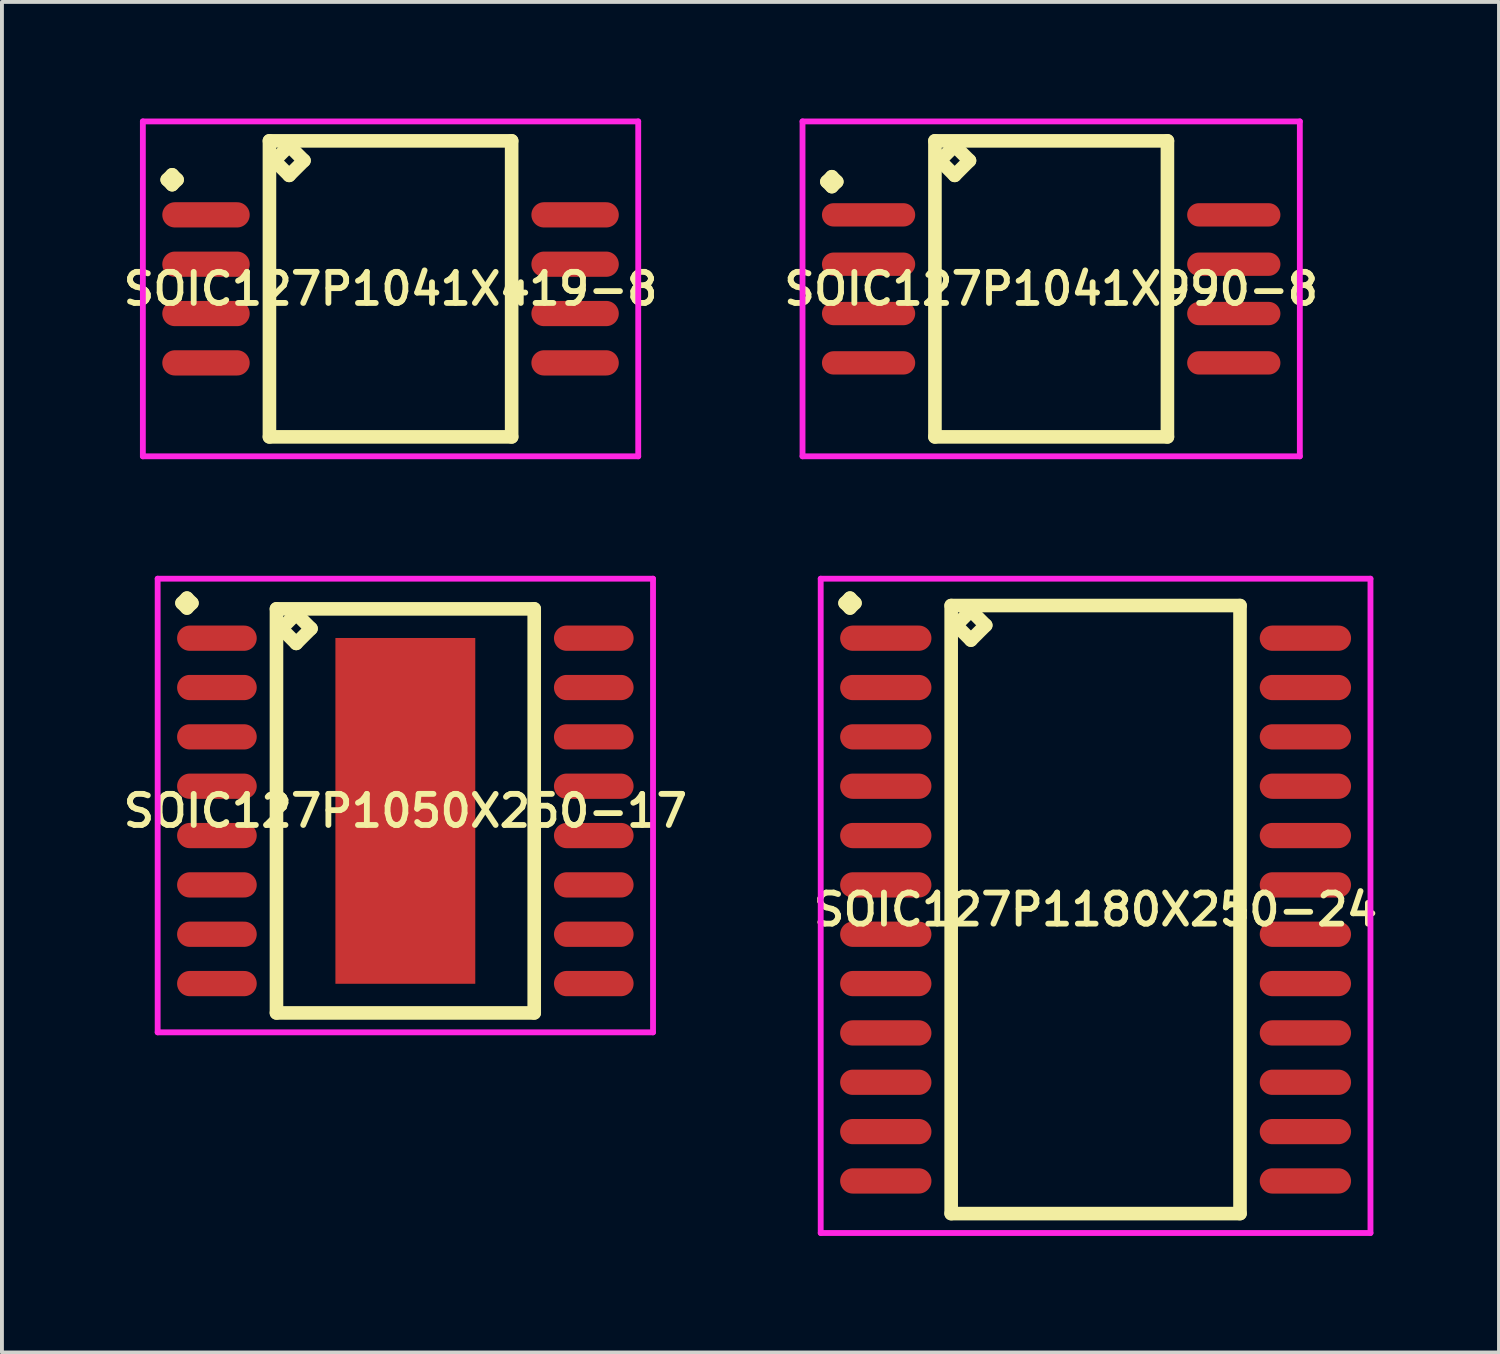
<source format=kicad_pcb>
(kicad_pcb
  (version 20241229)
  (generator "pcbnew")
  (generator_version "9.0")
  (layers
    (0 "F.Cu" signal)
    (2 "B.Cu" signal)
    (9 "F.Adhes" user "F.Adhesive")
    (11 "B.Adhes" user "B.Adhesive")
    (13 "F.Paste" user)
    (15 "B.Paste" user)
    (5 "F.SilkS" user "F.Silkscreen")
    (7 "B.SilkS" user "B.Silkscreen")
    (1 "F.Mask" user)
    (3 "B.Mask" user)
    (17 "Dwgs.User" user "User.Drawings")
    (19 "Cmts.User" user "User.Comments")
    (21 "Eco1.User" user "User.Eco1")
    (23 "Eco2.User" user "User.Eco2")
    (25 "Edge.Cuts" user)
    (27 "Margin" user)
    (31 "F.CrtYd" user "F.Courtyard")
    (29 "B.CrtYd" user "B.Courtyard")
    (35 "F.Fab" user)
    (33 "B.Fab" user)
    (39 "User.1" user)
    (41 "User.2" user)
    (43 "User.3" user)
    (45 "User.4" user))
  (footprint "SOIC127P1050X250-17"
    (layer "F.Cu")
    (at 7.383 17.821)
    (property "Reference" "SOIC127P1050X250-17" (at 0 0 0) (layer "F.SilkS") (effects (font (size 0.8 0.8) (thickness 0.15))))
    (attr smd)
    (fp_line (start -5.748 -5.349) (end -5.621 -5.476) (stroke (width 0.35) (type solid)) (layer "F.SilkS"))
    (fp_line (start -5.621 -5.476) (end -5.494 -5.349) (stroke (width 0.35) (type solid)) (layer "F.SilkS"))
    (fp_line (start -5.621 -5.222) (end -5.748 -5.349) (stroke (width 0.35) (type solid)) (layer "F.SilkS"))
    (fp_line (start -5.494 -5.349) (end -5.621 -5.222) (stroke (width 0.35) (type solid)) (layer "F.SilkS"))
    (fp_line (start -3.317 -5.2) (end -3.317 5.2) (stroke (width 0.35) (type solid)) (layer "F.SilkS"))
    (fp_line (start -3.317 5.2) (end 3.317 5.2) (stroke (width 0.35) (type solid)) (layer "F.SilkS"))
    (fp_line (start -3.19 -4.692) (end -2.809 -5.073) (stroke (width 0.35) (type solid)) (layer "F.SilkS"))
    (fp_line (start -2.809 -5.073) (end -2.428 -4.692) (stroke (width 0.35) (type solid)) (layer "F.SilkS"))
    (fp_line (start -2.809 -4.311) (end -3.19 -4.692) (stroke (width 0.35) (type solid)) (layer "F.SilkS"))
    (fp_line (start -2.428 -4.692) (end -2.809 -4.311) (stroke (width 0.35) (type solid)) (layer "F.SilkS"))
    (fp_line (start 3.317 -5.2) (end -3.317 -5.2) (stroke (width 0.35) (type solid)) (layer "F.SilkS"))
    (fp_line (start 3.317 5.2) (end 3.317 -5.2) (stroke (width 0.35) (type solid)) (layer "F.SilkS"))
    (fp_line (start -6.375 -5.976) (end 6.375 -5.976) (stroke (width 0.15) (type solid)) (layer "F.CrtYd"))
    (fp_line (start -6.375 5.7) (end -6.375 -5.976) (stroke (width 0.15) (type solid)) (layer "F.CrtYd"))
    (fp_line (start 6.375 -5.976) (end 6.375 5.7) (stroke (width 0.15) (type solid)) (layer "F.CrtYd"))
    (fp_line (start 6.375 5.7) (end -6.375 5.7) (stroke (width 0.15) (type solid)) (layer "F.CrtYd"))
    (pad "1" smd oval (at -4.85 -4.445) (size 2.05 0.65) (layers "F.Cu" "F.Mask" "F.Paste"))
    (pad "2" smd oval (at -4.85 -3.175) (size 2.05 0.65) (layers "F.Cu" "F.Mask" "F.Paste"))
    (pad "3" smd oval (at -4.85 -1.905) (size 2.05 0.65) (layers "F.Cu" "F.Mask" "F.Paste"))
    (pad "4" smd oval (at -4.85 -0.635) (size 2.05 0.65) (layers "F.Cu" "F.Mask" "F.Paste"))
    (pad "5" smd oval (at -4.85 0.635) (size 2.05 0.65) (layers "F.Cu" "F.Mask" "F.Paste"))
    (pad "6" smd oval (at -4.85 1.905) (size 2.05 0.65) (layers "F.Cu" "F.Mask" "F.Paste"))
    (pad "7" smd oval (at -4.85 3.175) (size 2.05 0.65) (layers "F.Cu" "F.Mask" "F.Paste"))
    (pad "8" smd oval (at -4.85 4.445) (size 2.05 0.65) (layers "F.Cu" "F.Mask" "F.Paste"))
    (pad "9" smd oval (at 4.85 4.445) (size 2.05 0.65) (layers "F.Cu" "F.Mask" "F.Paste"))
    (pad "10" smd oval (at 4.85 3.175) (size 2.05 0.65) (layers "F.Cu" "F.Mask" "F.Paste"))
    (pad "11" smd oval (at 4.85 1.905) (size 2.05 0.65) (layers "F.Cu" "F.Mask" "F.Paste"))
    (pad "12" smd oval (at 4.85 0.635) (size 2.05 0.65) (layers "F.Cu" "F.Mask" "F.Paste"))
    (pad "13" smd oval (at 4.85 -0.635) (size 2.05 0.65) (layers "F.Cu" "F.Mask" "F.Paste"))
    (pad "14" smd oval (at 4.85 -1.905) (size 2.05 0.65) (layers "F.Cu" "F.Mask" "F.Paste"))
    (pad "15" smd oval (at 4.85 -3.175) (size 2.05 0.65) (layers "F.Cu" "F.Mask" "F.Paste"))
    (pad "16" smd oval (at 4.85 -4.445) (size 2.05 0.65) (layers "F.Cu" "F.Mask" "F.Paste"))
    (pad "17" smd rect (at 0 0) (size 3.6 8.9) (layers "F.Cu" "F.Mask" "F.Paste")))
  (footprint "SOIC127P1041X419-8"
    (layer "F.Cu")
    (at 7.002 4.385)
    (property "Reference" "SOIC127P1041X419-8" (at 0 0 0) (layer "F.SilkS") (effects (font (size 0.8 0.8) (thickness 0.15))))
    (attr smd)
    (fp_line (start -5.748 -2.809) (end -5.621 -2.936) (stroke (width 0.35) (type solid)) (layer "F.SilkS"))
    (fp_line (start -5.621 -2.936) (end -5.494 -2.809) (stroke (width 0.35) (type solid)) (layer "F.SilkS"))
    (fp_line (start -5.621 -2.682) (end -5.748 -2.809) (stroke (width 0.35) (type solid)) (layer "F.SilkS"))
    (fp_line (start -5.494 -2.809) (end -5.621 -2.682) (stroke (width 0.35) (type solid)) (layer "F.SilkS"))
    (fp_line (start -3.117 -3.81) (end -3.117 3.81) (stroke (width 0.35) (type solid)) (layer "F.SilkS"))
    (fp_line (start -3.117 3.81) (end 3.117 3.81) (stroke (width 0.35) (type solid)) (layer "F.SilkS"))
    (fp_line (start -2.99 -3.302) (end -2.609 -3.683) (stroke (width 0.35) (type solid)) (layer "F.SilkS"))
    (fp_line (start -2.609 -3.683) (end -2.228 -3.302) (stroke (width 0.35) (type solid)) (layer "F.SilkS"))
    (fp_line (start -2.609 -2.921) (end -2.99 -3.302) (stroke (width 0.35) (type solid)) (layer "F.SilkS"))
    (fp_line (start -2.228 -3.302) (end -2.609 -2.921) (stroke (width 0.35) (type solid)) (layer "F.SilkS"))
    (fp_line (start 3.117 -3.81) (end -3.117 -3.81) (stroke (width 0.35) (type solid)) (layer "F.SilkS"))
    (fp_line (start 3.117 3.81) (end 3.117 -3.81) (stroke (width 0.35) (type solid)) (layer "F.SilkS"))
    (fp_line (start -6.375 -4.31) (end 6.375 -4.31) (stroke (width 0.15) (type solid)) (layer "F.CrtYd"))
    (fp_line (start -6.375 4.31) (end -6.375 -4.31) (stroke (width 0.15) (type solid)) (layer "F.CrtYd"))
    (fp_line (start 6.375 -4.31) (end 6.375 4.31) (stroke (width 0.15) (type solid)) (layer "F.CrtYd"))
    (fp_line (start 6.375 4.31) (end -6.375 4.31) (stroke (width 0.15) (type solid)) (layer "F.CrtYd"))
    (pad "1" smd oval (at -4.75 -1.905) (size 2.25 0.65) (layers "F.Cu" "F.Mask" "F.Paste"))
    (pad "2" smd oval (at -4.75 -0.635) (size 2.25 0.65) (layers "F.Cu" "F.Mask" "F.Paste"))
    (pad "3" smd oval (at -4.75 0.635) (size 2.25 0.65) (layers "F.Cu" "F.Mask" "F.Paste"))
    (pad "4" smd oval (at -4.75 1.905) (size 2.25 0.65) (layers "F.Cu" "F.Mask" "F.Paste"))
    (pad "5" smd oval (at 4.75 1.905) (size 2.25 0.65) (layers "F.Cu" "F.Mask" "F.Paste"))
    (pad "6" smd oval (at 4.75 0.635) (size 2.25 0.65) (layers "F.Cu" "F.Mask" "F.Paste"))
    (pad "7" smd oval (at 4.75 -0.635) (size 2.25 0.65) (layers "F.Cu" "F.Mask" "F.Paste"))
    (pad "8" smd oval (at 4.75 -1.905) (size 2.25 0.65) (layers "F.Cu" "F.Mask" "F.Paste")))
  (footprint "SOIC127P1180X250-24"
    (layer "F.Cu")
    (at 25.149 20.361)
    (property "Reference" "SOIC127P1180X250-24" (at 0 0 0) (layer "F.SilkS") (effects (font (size 0.8 0.8) (thickness 0.15))))
    (attr smd)
    (fp_line (start -6.448 -7.889) (end -6.321 -8.016) (stroke (width 0.35) (type solid)) (layer "F.SilkS"))
    (fp_line (start -6.321 -8.016) (end -6.194 -7.889) (stroke (width 0.35) (type solid)) (layer "F.SilkS"))
    (fp_line (start -6.321 -7.762) (end -6.448 -7.889) (stroke (width 0.35) (type solid)) (layer "F.SilkS"))
    (fp_line (start -6.194 -7.889) (end -6.321 -7.762) (stroke (width 0.35) (type solid)) (layer "F.SilkS"))
    (fp_line (start -3.717 -7.825) (end -3.717 7.825) (stroke (width 0.35) (type solid)) (layer "F.SilkS"))
    (fp_line (start -3.717 7.825) (end 3.717 7.825) (stroke (width 0.35) (type solid)) (layer "F.SilkS"))
    (fp_line (start -3.59 -7.317) (end -3.209 -7.698) (stroke (width 0.35) (type solid)) (layer "F.SilkS"))
    (fp_line (start -3.209 -7.698) (end -2.828 -7.317) (stroke (width 0.35) (type solid)) (layer "F.SilkS"))
    (fp_line (start -3.209 -6.936) (end -3.59 -7.317) (stroke (width 0.35) (type solid)) (layer "F.SilkS"))
    (fp_line (start -2.828 -7.317) (end -3.209 -6.936) (stroke (width 0.35) (type solid)) (layer "F.SilkS"))
    (fp_line (start 3.717 -7.825) (end -3.717 -7.825) (stroke (width 0.35) (type solid)) (layer "F.SilkS"))
    (fp_line (start 3.717 7.825) (end 3.717 -7.825) (stroke (width 0.35) (type solid)) (layer "F.SilkS"))
    (fp_line (start -7.075 -8.516) (end 7.075 -8.516) (stroke (width 0.15) (type solid)) (layer "F.CrtYd"))
    (fp_line (start -7.075 8.325) (end -7.075 -8.516) (stroke (width 0.15) (type solid)) (layer "F.CrtYd"))
    (fp_line (start 7.075 -8.516) (end 7.075 8.325) (stroke (width 0.15) (type solid)) (layer "F.CrtYd"))
    (fp_line (start 7.075 8.325) (end -7.075 8.325) (stroke (width 0.15) (type solid)) (layer "F.CrtYd"))
    (pad "1" smd oval (at -5.4 -6.985) (size 2.35 0.65) (layers "F.Cu" "F.Mask" "F.Paste"))
    (pad "2" smd oval (at -5.4 -5.715) (size 2.35 0.65) (layers "F.Cu" "F.Mask" "F.Paste"))
    (pad "3" smd oval (at -5.4 -4.445) (size 2.35 0.65) (layers "F.Cu" "F.Mask" "F.Paste"))
    (pad "4" smd oval (at -5.4 -3.175) (size 2.35 0.65) (layers "F.Cu" "F.Mask" "F.Paste"))
    (pad "5" smd oval (at -5.4 -1.905) (size 2.35 0.65) (layers "F.Cu" "F.Mask" "F.Paste"))
    (pad "6" smd oval (at -5.4 -0.635) (size 2.35 0.65) (layers "F.Cu" "F.Mask" "F.Paste"))
    (pad "7" smd oval (at -5.4 0.635) (size 2.35 0.65) (layers "F.Cu" "F.Mask" "F.Paste"))
    (pad "8" smd oval (at -5.4 1.905) (size 2.35 0.65) (layers "F.Cu" "F.Mask" "F.Paste"))
    (pad "9" smd oval (at -5.4 3.175) (size 2.35 0.65) (layers "F.Cu" "F.Mask" "F.Paste"))
    (pad "10" smd oval (at -5.4 4.445) (size 2.35 0.65) (layers "F.Cu" "F.Mask" "F.Paste"))
    (pad "11" smd oval (at -5.4 5.715) (size 2.35 0.65) (layers "F.Cu" "F.Mask" "F.Paste"))
    (pad "12" smd oval (at -5.4 6.985) (size 2.35 0.65) (layers "F.Cu" "F.Mask" "F.Paste"))
    (pad "13" smd oval (at 5.4 6.985) (size 2.35 0.65) (layers "F.Cu" "F.Mask" "F.Paste"))
    (pad "14" smd oval (at 5.4 5.715) (size 2.35 0.65) (layers "F.Cu" "F.Mask" "F.Paste"))
    (pad "15" smd oval (at 5.4 4.445) (size 2.35 0.65) (layers "F.Cu" "F.Mask" "F.Paste"))
    (pad "16" smd oval (at 5.4 3.175) (size 2.35 0.65) (layers "F.Cu" "F.Mask" "F.Paste"))
    (pad "17" smd oval (at 5.4 1.905) (size 2.35 0.65) (layers "F.Cu" "F.Mask" "F.Paste"))
    (pad "18" smd oval (at 5.4 0.635) (size 2.35 0.65) (layers "F.Cu" "F.Mask" "F.Paste"))
    (pad "19" smd oval (at 5.4 -0.635) (size 2.35 0.65) (layers "F.Cu" "F.Mask" "F.Paste"))
    (pad "20" smd oval (at 5.4 -1.905) (size 2.35 0.65) (layers "F.Cu" "F.Mask" "F.Paste"))
    (pad "21" smd oval (at 5.4 -3.175) (size 2.35 0.65) (layers "F.Cu" "F.Mask" "F.Paste"))
    (pad "22" smd oval (at 5.4 -4.445) (size 2.35 0.65) (layers "F.Cu" "F.Mask" "F.Paste"))
    (pad "23" smd oval (at 5.4 -5.715) (size 2.35 0.65) (layers "F.Cu" "F.Mask" "F.Paste"))
    (pad "24" smd oval (at 5.4 -6.985) (size 2.35 0.65) (layers "F.Cu" "F.Mask" "F.Paste")))
  (footprint "SOIC127P1041X990-8"
    (layer "F.Cu")
    (at 24.006 4.385)
    (property "Reference" "SOIC127P1041X990-8" (at 0 0 0) (layer "F.SilkS") (effects (font (size 0.8 0.8) (thickness 0.15))))
    (attr smd)
    (fp_line (start -5.773 -2.759) (end -5.646 -2.886) (stroke (width 0.35) (type solid)) (layer "F.SilkS"))
    (fp_line (start -5.646 -2.886) (end -5.519 -2.759) (stroke (width 0.35) (type solid)) (layer "F.SilkS"))
    (fp_line (start -5.646 -2.632) (end -5.773 -2.759) (stroke (width 0.35) (type solid)) (layer "F.SilkS"))
    (fp_line (start -5.519 -2.759) (end -5.646 -2.632) (stroke (width 0.35) (type solid)) (layer "F.SilkS"))
    (fp_line (start -2.992 -3.81) (end -2.992 3.81) (stroke (width 0.35) (type solid)) (layer "F.SilkS"))
    (fp_line (start -2.992 3.81) (end 2.992 3.81) (stroke (width 0.35) (type solid)) (layer "F.SilkS"))
    (fp_line (start -2.865 -3.302) (end -2.484 -3.683) (stroke (width 0.35) (type solid)) (layer "F.SilkS"))
    (fp_line (start -2.484 -3.683) (end -2.103 -3.302) (stroke (width 0.35) (type solid)) (layer "F.SilkS"))
    (fp_line (start -2.484 -2.921) (end -2.865 -3.302) (stroke (width 0.35) (type solid)) (layer "F.SilkS"))
    (fp_line (start -2.103 -3.302) (end -2.484 -2.921) (stroke (width 0.35) (type solid)) (layer "F.SilkS"))
    (fp_line (start 2.992 -3.81) (end -2.992 -3.81) (stroke (width 0.35) (type solid)) (layer "F.SilkS"))
    (fp_line (start 2.992 3.81) (end 2.992 -3.81) (stroke (width 0.35) (type solid)) (layer "F.SilkS"))
    (fp_line (start -6.4 -4.31) (end 6.4 -4.31) (stroke (width 0.15) (type solid)) (layer "F.CrtYd"))
    (fp_line (start -6.4 4.31) (end -6.4 -4.31) (stroke (width 0.15) (type solid)) (layer "F.CrtYd"))
    (fp_line (start 6.4 -4.31) (end 6.4 4.31) (stroke (width 0.15) (type solid)) (layer "F.CrtYd"))
    (fp_line (start 6.4 4.31) (end -6.4 4.31) (stroke (width 0.15) (type solid)) (layer "F.CrtYd"))
    (pad "1" smd oval (at -4.7 -1.905) (size 2.4 0.6) (layers "F.Cu" "F.Mask" "F.Paste"))
    (pad "2" smd oval (at -4.7 -0.635) (size 2.4 0.6) (layers "F.Cu" "F.Mask" "F.Paste"))
    (pad "3" smd oval (at -4.7 0.635) (size 2.4 0.6) (layers "F.Cu" "F.Mask" "F.Paste"))
    (pad "4" smd oval (at -4.7 1.905) (size 2.4 0.6) (layers "F.Cu" "F.Mask" "F.Paste"))
    (pad "5" smd oval (at 4.7 1.905) (size 2.4 0.6) (layers "F.Cu" "F.Mask" "F.Paste"))
    (pad "6" smd oval (at 4.7 0.635) (size 2.4 0.6) (layers "F.Cu" "F.Mask" "F.Paste"))
    (pad "7" smd oval (at 4.7 -0.635) (size 2.4 0.6) (layers "F.Cu" "F.Mask" "F.Paste"))
    (pad "8" smd oval (at 4.7 -1.905) (size 2.4 0.6) (layers "F.Cu" "F.Mask" "F.Paste")))
  (gr_rect
    (start -3 -3)
    (end 35.532 31.761)
    (stroke (width 0.1) (type default))
    (fill no)
    (layer "Edge.Cuts")))
</source>
